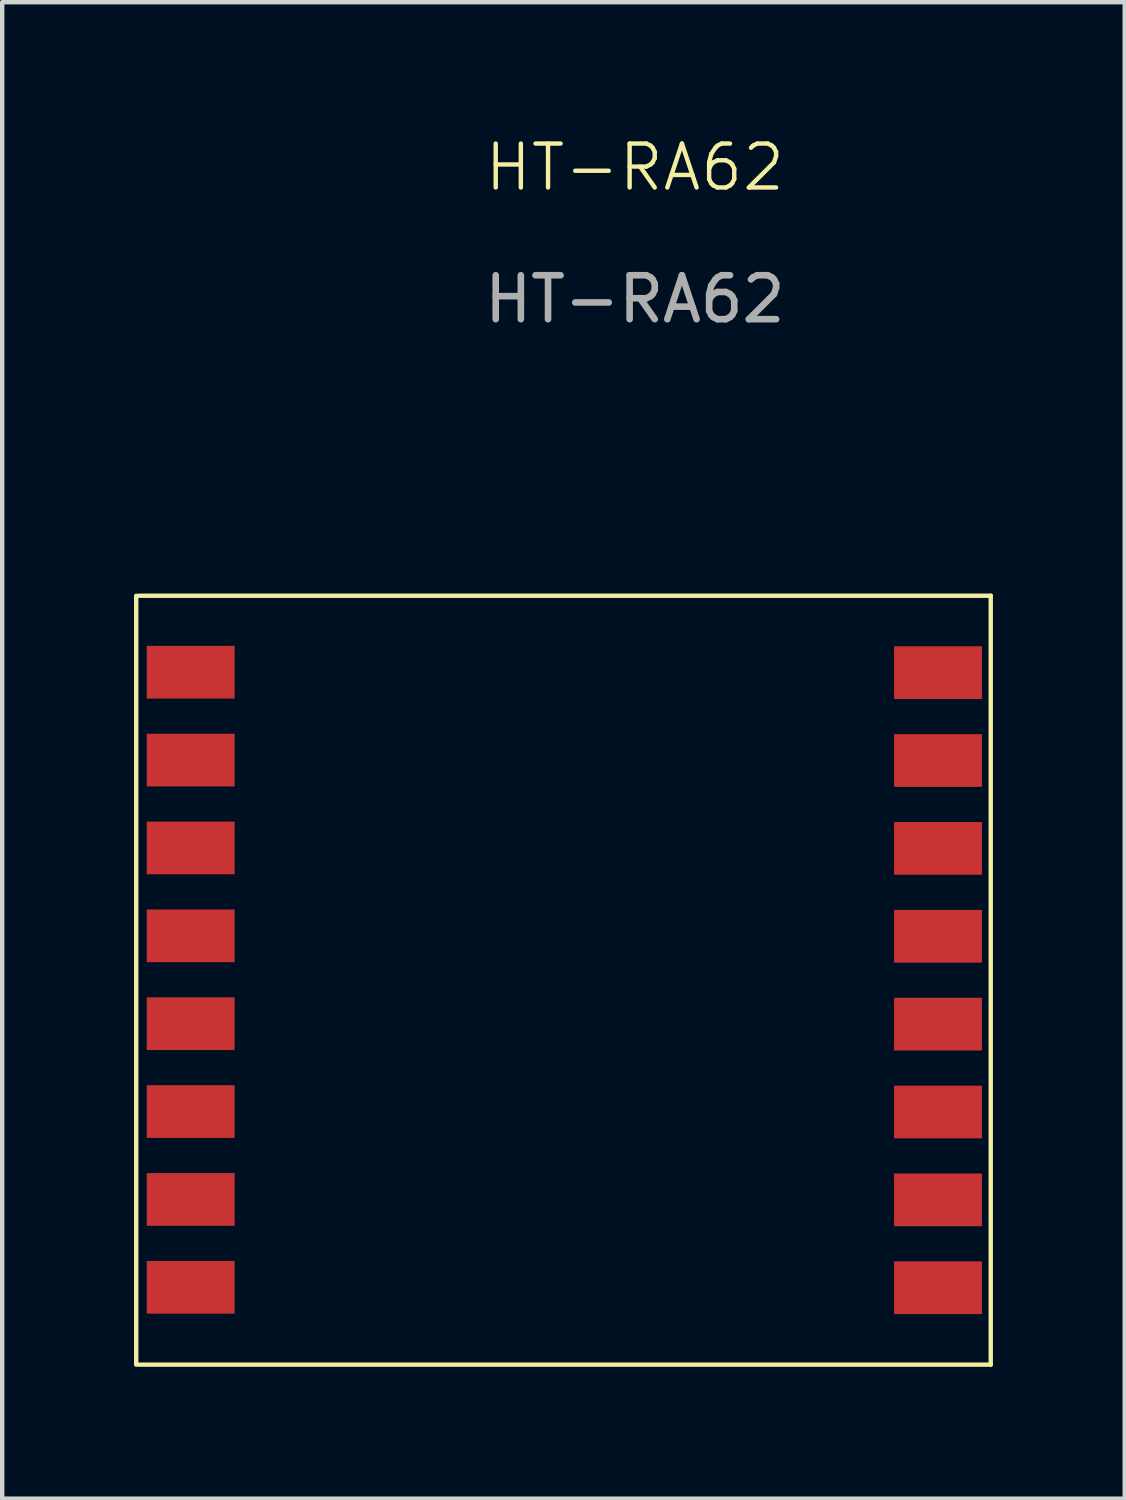
<source format=kicad_pcb>
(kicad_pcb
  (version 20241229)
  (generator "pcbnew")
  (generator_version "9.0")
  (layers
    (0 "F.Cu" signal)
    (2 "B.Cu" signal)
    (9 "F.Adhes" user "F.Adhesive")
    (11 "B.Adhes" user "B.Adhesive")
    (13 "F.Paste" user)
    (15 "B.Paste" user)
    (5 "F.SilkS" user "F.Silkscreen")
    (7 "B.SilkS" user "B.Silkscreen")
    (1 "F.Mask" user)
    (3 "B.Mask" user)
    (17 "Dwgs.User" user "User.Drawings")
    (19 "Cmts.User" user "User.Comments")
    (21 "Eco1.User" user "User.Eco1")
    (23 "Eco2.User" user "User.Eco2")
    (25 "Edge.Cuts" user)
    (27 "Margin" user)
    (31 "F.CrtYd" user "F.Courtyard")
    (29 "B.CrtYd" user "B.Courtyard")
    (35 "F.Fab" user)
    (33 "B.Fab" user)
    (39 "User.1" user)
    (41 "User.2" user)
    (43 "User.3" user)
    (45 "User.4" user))
  (footprint "HT-RA62"
    (layer "F.Cu")
    (at 11.4 1.26)
    (property "Reference" "HT-RA62" (at 0 -0.5 0) (unlocked yes) (layer "F.SilkS") (effects (font (size 1 1) (thickness 0.1))))
    (fp_line (start -11.35 9.25) (end -11.35 26.75) (stroke (width 0.1) (type default)) (layer "F.SilkS"))
    (fp_line (start -11.3 26.75) (end 8.1 26.75) (stroke (width 0.1) (type default)) (layer "F.SilkS"))
    (fp_line (start 8.1 9.25) (end -11.3 9.25) (stroke (width 0.1) (type default)) (layer "F.SilkS"))
    (fp_line (start 8.1 26.75) (end 8.1 9.25) (stroke (width 0.1) (type default)) (layer "F.SilkS"))
    (fp_text user "${REFERENCE}" (at 0 2.5 0) (unlocked yes) (layer "F.Fab") (effects (font (size 1 1) (thickness 0.15))))
    (pad "1" smd rect (at -10.11 10.99 270) (size 1.2 2) (layers "F.Cu" "F.Mask" "F.Paste"))
    (pad "2" smd rect (at -10.11 12.99 270) (size 1.2 2) (layers "F.Cu" "F.Mask" "F.Paste"))
    (pad "3" smd rect (at -10.11 14.99 270) (size 1.2 2) (layers "F.Cu" "F.Mask" "F.Paste"))
    (pad "4" smd rect (at -10.11 16.99 270) (size 1.2 2) (layers "F.Cu" "F.Mask" "F.Paste"))
    (pad "5" smd rect (at -10.11 18.99 270) (size 1.2 2) (layers "F.Cu" "F.Mask" "F.Paste"))
    (pad "6" smd rect (at -10.11 20.99 270) (size 1.2 2) (layers "F.Cu" "F.Mask" "F.Paste"))
    (pad "7" smd rect (at -10.11 22.99 270) (size 1.2 2) (layers "F.Cu" "F.Mask" "F.Paste"))
    (pad "8" smd rect (at -10.11 24.99 270) (size 1.2 2) (layers "F.Cu" "F.Mask" "F.Paste"))
    (pad "9" smd rect (at 6.9 25 270) (size 1.2 2) (layers "F.Cu" "F.Mask" "F.Paste"))
    (pad "10" smd rect (at 6.9 23 270) (size 1.2 2) (layers "F.Cu" "F.Mask" "F.Paste"))
    (pad "11" smd rect (at 6.9 21 270) (size 1.2 2) (layers "F.Cu" "F.Mask" "F.Paste"))
    (pad "12" smd rect (at 6.9 19 270) (size 1.2 2) (layers "F.Cu" "F.Mask" "F.Paste"))
    (pad "13" smd rect (at 6.9 17 270) (size 1.2 2) (layers "F.Cu" "F.Mask" "F.Paste"))
    (pad "14" smd rect (at 6.9 15 270) (size 1.2 2) (layers "F.Cu" "F.Mask" "F.Paste"))
    (pad "15" smd rect (at 6.9 13 270) (size 1.2 2) (layers "F.Cu" "F.Mask" "F.Paste"))
    (pad "16" smd rect (at 6.9 11 270) (size 1.2 2) (layers "F.Cu" "F.Mask" "F.Paste")))
  (gr_rect
    (start -3 -3)
    (end 22.55 31.061)
    (stroke (width 0.1) (type default))
    (fill no)
    (layer "Edge.Cuts")))
</source>
